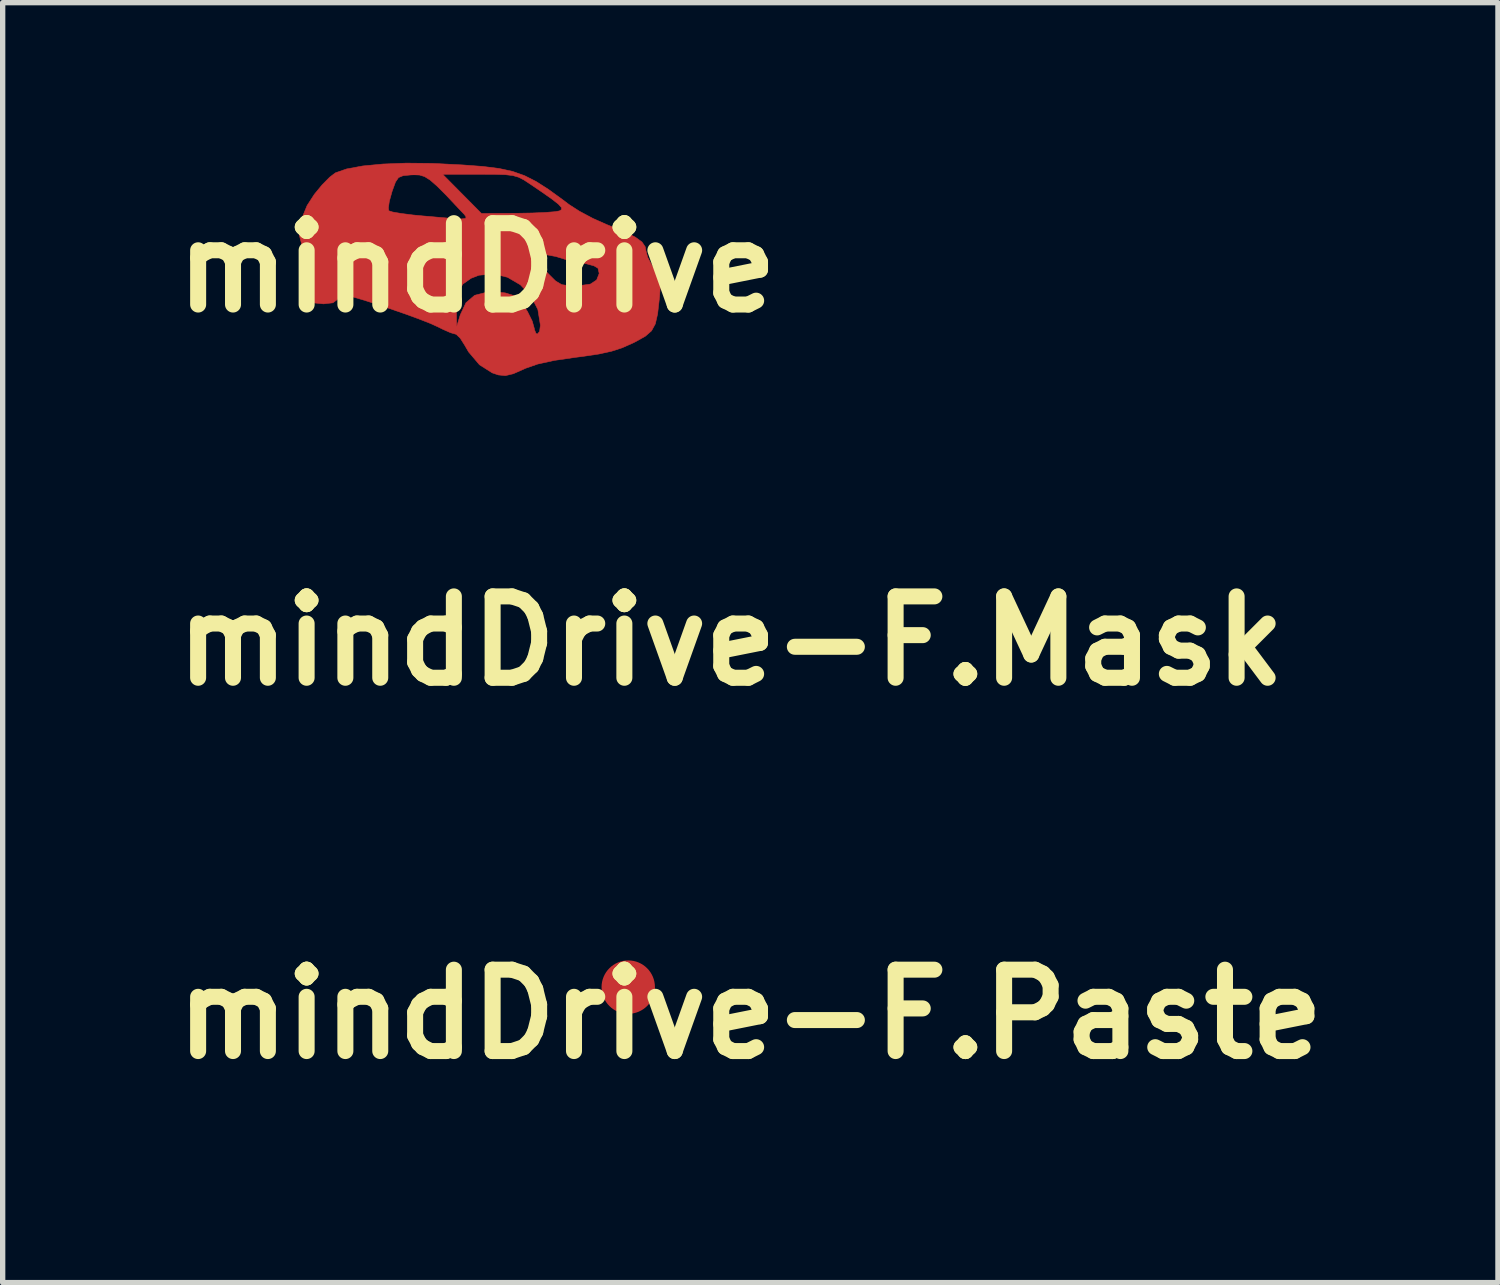
<source format=kicad_pcb>
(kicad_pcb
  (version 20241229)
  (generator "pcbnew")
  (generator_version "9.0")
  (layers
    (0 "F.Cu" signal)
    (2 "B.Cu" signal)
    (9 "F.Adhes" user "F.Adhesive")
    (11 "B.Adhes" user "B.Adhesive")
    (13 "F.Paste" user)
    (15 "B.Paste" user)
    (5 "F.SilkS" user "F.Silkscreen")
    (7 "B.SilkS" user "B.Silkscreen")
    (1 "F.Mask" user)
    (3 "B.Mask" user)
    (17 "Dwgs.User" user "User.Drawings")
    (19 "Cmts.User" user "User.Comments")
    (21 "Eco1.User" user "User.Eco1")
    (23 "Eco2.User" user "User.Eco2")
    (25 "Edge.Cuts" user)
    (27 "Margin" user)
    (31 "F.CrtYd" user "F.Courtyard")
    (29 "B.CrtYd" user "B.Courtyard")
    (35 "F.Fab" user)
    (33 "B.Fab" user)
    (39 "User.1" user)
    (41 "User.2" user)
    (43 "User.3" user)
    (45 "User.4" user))
  (footprint "mindDrive-F.Paste"
    (layer "F.Cu")
    (at 11.002 15.945)
    (property "Reference" "mindDrive-F.Paste" (at 0 0 0) (layer "F.SilkS") (effects (font (size 1.524 1.524) (thickness 0.3))))
    (attr through_hole)
    (fp_poly (pts (xy -0.851 -1.954) (xy -0.734 -1.949) (xy -0.268 -1.925) (xy 0.107 -1.897) (xy 0.41 -1.859) (xy 0.663 -1.804) (xy 0.887 -1.725) (xy 1.102 -1.616) (xy 1.33 -1.471) (xy 1.591 -1.282) (xy 1.722 -1.183) (xy 1.916 -1.058) (xy 2.167 -0.924) (xy 2.425 -0.809) (xy 2.455 -0.797) (xy 2.756 -0.675) (xy 2.962 -0.573) (xy 3.088 -0.481) (xy 3.149 -0.39) (xy 3.161 -0.318) (xy 3.194 -0.194) (xy 3.276 -0.04) (xy 3.306 0.003) (xy 3.381 0.115) (xy 3.42 0.218) (xy 3.43 0.35) (xy 3.416 0.548) (xy 3.411 0.593) (xy 3.38 0.865) (xy 3.337 1.052) (xy 3.266 1.182) (xy 3.15 1.283) (xy 2.972 1.383) (xy 2.914 1.412) (xy 2.718 1.499) (xy 2.518 1.564) (xy 2.28 1.616) (xy 1.973 1.662) (xy 1.852 1.677) (xy 1.445 1.736) (xy 1.135 1.804) (xy 0.905 1.884) (xy 0.878 1.897) (xy 0.676 1.986) (xy 0.529 2.021) (xy 0.397 2.008) (xy 0.282 1.969) (xy 0.044 1.818) (xy -0.161 1.576) (xy -0.232 1.453) (xy -0.315 1.322) (xy -0.391 1.248) (xy -0.411 1.242) (xy -0.498 1.217) (xy -0.643 1.153) (xy -0.734 1.108) (xy -0.872 1.045) (xy -1.081 0.963) (xy -1.337 0.869) (xy -1.533 0.801) (xy -0.389 0.801) (xy -0.383 1.101) (xy -0.315 0.881) (xy -0.209 0.655) (xy -0.047 0.517) (xy 0.186 0.457) (xy 0.304 0.452) (xy 0.524 0.471) (xy 0.693 0.523) (xy 0.722 0.54) (xy 0.831 0.652) (xy 0.942 0.819) (xy 1.031 0.998) (xy 1.072 1.143) (xy 1.072 1.155) (xy 1.102 1.231) (xy 1.129 1.242) (xy 1.169 1.193) (xy 1.185 1.077) (xy 1.137 0.782) (xy 1.006 0.526) (xy 0.81 0.32) (xy 0.569 0.179) (xy 0.303 0.115) (xy 0.031 0.141) (xy -0.114 0.198) (xy -0.266 0.305) (xy -0.353 0.448) (xy -0.388 0.655) (xy -0.389 0.801) (xy -1.533 0.801) (xy -1.616 0.772) (xy -1.895 0.679) (xy -2.148 0.599) (xy -2.351 0.54) (xy -2.481 0.51) (xy -2.503 0.508) (xy -2.593 0.554) (xy -2.617 0.593) (xy -2.701 0.657) (xy -2.876 0.677) (xy -3.045 0.66) (xy -3.151 0.593) (xy -3.195 0.535) (xy -3.266 0.375) (xy -3.31 0.178) (xy -3.322 -0.015) (xy -3.296 -0.161) (xy -3.281 -0.186) (xy 1.134 -0.186) (xy 1.179 -0.078) (xy 1.314 0.092) (xy 1.333 0.113) (xy 1.47 0.249) (xy 1.585 0.317) (xy 1.725 0.337) (xy 1.77 0.338) (xy 1.952 0.33) (xy 2.103 0.31) (xy 2.126 0.304) (xy 2.238 0.229) (xy 2.286 0.107) (xy 2.263 0.009) (xy 2.189 -0.035) (xy 2.045 -0.074) (xy 1.974 -0.086) (xy 1.792 -0.119) (xy 1.642 -0.158) (xy 1.609 -0.17) (xy 1.471 -0.211) (xy 1.312 -0.24) (xy 1.179 -0.239) (xy 1.134 -0.186) (xy -3.281 -0.186) (xy -3.277 -0.193) (xy -3.238 -0.287) (xy -3.276 -0.4) (xy -3.333 -0.62) (xy -3.301 -0.882) (xy -3.206 -1.113) (xy -1.663 -1.113) (xy -1.653 -1.066) (xy -1.581 -1.043) (xy -1.423 -1.016) (xy -1.203 -0.988) (xy -1.016 -0.97) (xy -0.681 -0.941) (xy -0.445 -0.921) (xy -0.296 -0.914) (xy -0.22 -0.923) (xy -0.206 -0.949) (xy -0.239 -0.997) (xy -0.306 -1.067) (xy -0.345 -1.108) (xy -0.576 -1.354) (xy -0.749 -1.527) (xy -0.879 -1.641) (xy -0.984 -1.707) (xy -1.08 -1.736) (xy -1.183 -1.741) (xy -1.24 -1.738) (xy -1.386 -1.724) (xy -1.472 -1.689) (xy -1.529 -1.605) (xy -1.588 -1.444) (xy -1.597 -1.416) (xy -1.645 -1.243) (xy -1.663 -1.113) (xy -3.206 -1.113) (xy -3.184 -1.166) (xy -3.048 -1.376) (xy -2.904 -1.551) (xy -2.762 -1.695) (xy -2.69 -1.75) (xy -0.646 -1.75) (xy 0.081 -1.016) (xy 0.76 -1.02) (xy 1.034 -1.025) (xy 1.274 -1.035) (xy 1.452 -1.049) (xy 1.541 -1.064) (xy 1.581 -1.089) (xy 1.579 -1.127) (xy 1.525 -1.188) (xy 1.407 -1.281) (xy 1.214 -1.417) (xy 0.996 -1.565) (xy 0.878 -1.643) (xy 0.777 -1.695) (xy 0.669 -1.726) (xy 0.526 -1.743) (xy 0.322 -1.749) (xy 0.038 -1.75) (xy -0.646 -1.75) (xy -2.69 -1.75) (xy -2.654 -1.777) (xy -2.445 -1.85) (xy -2.142 -1.906) (xy -1.764 -1.942) (xy -1.327 -1.959) (xy -0.851 -1.954)) (stroke (width 0.01) (type solid)) (fill yes) (layer "F.Paste"))
    (pad "1" smd circle (at -2.286 -0.508) (size 1 1) (layers "F.Cu" "F.Paste")))
  (footprint "mindDrive"
    (layer "F.Cu")
    (at 5.886 1.964)
    (property "Reference" "mindDrive" (at 0 0 0) (layer "F.SilkS") (effects (font (size 1.524 1.524) (thickness 0.3))))
    (attr through_hole)
    (fp_poly (pts (xy -0.851 -1.954) (xy -0.734 -1.949) (xy -0.268 -1.925) (xy 0.107 -1.897) (xy 0.41 -1.859) (xy 0.663 -1.804) (xy 0.887 -1.725) (xy 1.102 -1.616) (xy 1.33 -1.471) (xy 1.591 -1.282) (xy 1.722 -1.183) (xy 1.916 -1.058) (xy 2.167 -0.924) (xy 2.425 -0.809) (xy 2.455 -0.797) (xy 2.756 -0.675) (xy 2.962 -0.573) (xy 3.088 -0.481) (xy 3.149 -0.39) (xy 3.161 -0.318) (xy 3.194 -0.194) (xy 3.276 -0.04) (xy 3.306 0.003) (xy 3.381 0.115) (xy 3.42 0.218) (xy 3.43 0.35) (xy 3.416 0.548) (xy 3.411 0.593) (xy 3.38 0.865) (xy 3.337 1.052) (xy 3.266 1.182) (xy 3.15 1.283) (xy 2.972 1.383) (xy 2.914 1.412) (xy 2.718 1.499) (xy 2.518 1.564) (xy 2.28 1.616) (xy 1.973 1.662) (xy 1.852 1.677) (xy 1.445 1.736) (xy 1.135 1.804) (xy 0.905 1.884) (xy 0.878 1.897) (xy 0.676 1.986) (xy 0.529 2.021) (xy 0.397 2.008) (xy 0.282 1.969) (xy 0.044 1.818) (xy -0.161 1.576) (xy -0.232 1.453) (xy -0.315 1.322) (xy -0.391 1.248) (xy -0.411 1.242) (xy -0.498 1.217) (xy -0.643 1.153) (xy -0.734 1.108) (xy -0.872 1.045) (xy -1.081 0.963) (xy -1.337 0.869) (xy -1.533 0.801) (xy -0.389 0.801) (xy -0.383 1.101) (xy -0.315 0.881) (xy -0.209 0.655) (xy -0.047 0.517) (xy 0.186 0.457) (xy 0.304 0.452) (xy 0.524 0.471) (xy 0.693 0.523) (xy 0.722 0.54) (xy 0.831 0.652) (xy 0.942 0.819) (xy 1.031 0.998) (xy 1.072 1.143) (xy 1.072 1.155) (xy 1.102 1.231) (xy 1.129 1.242) (xy 1.169 1.193) (xy 1.185 1.077) (xy 1.137 0.782) (xy 1.006 0.526) (xy 0.81 0.32) (xy 0.569 0.179) (xy 0.303 0.115) (xy 0.031 0.141) (xy -0.114 0.198) (xy -0.266 0.305) (xy -0.353 0.448) (xy -0.388 0.655) (xy -0.389 0.801) (xy -1.533 0.801) (xy -1.616 0.772) (xy -1.895 0.679) (xy -2.148 0.599) (xy -2.351 0.54) (xy -2.481 0.51) (xy -2.503 0.508) (xy -2.593 0.554) (xy -2.617 0.593) (xy -2.701 0.657) (xy -2.876 0.677) (xy -3.045 0.66) (xy -3.151 0.593) (xy -3.195 0.535) (xy -3.266 0.375) (xy -3.31 0.178) (xy -3.322 -0.015) (xy -3.296 -0.161) (xy -3.281 -0.186) (xy 1.134 -0.186) (xy 1.179 -0.078) (xy 1.314 0.092) (xy 1.333 0.113) (xy 1.47 0.249) (xy 1.585 0.317) (xy 1.725 0.337) (xy 1.77 0.338) (xy 1.952 0.33) (xy 2.103 0.31) (xy 2.126 0.304) (xy 2.238 0.229) (xy 2.286 0.107) (xy 2.263 0.009) (xy 2.189 -0.035) (xy 2.045 -0.074) (xy 1.974 -0.086) (xy 1.792 -0.119) (xy 1.642 -0.158) (xy 1.609 -0.17) (xy 1.471 -0.211) (xy 1.312 -0.24) (xy 1.179 -0.239) (xy 1.134 -0.186) (xy -3.281 -0.186) (xy -3.277 -0.193) (xy -3.238 -0.287) (xy -3.276 -0.4) (xy -3.333 -0.62) (xy -3.301 -0.882) (xy -3.206 -1.113) (xy -1.663 -1.113) (xy -1.653 -1.066) (xy -1.581 -1.043) (xy -1.423 -1.016) (xy -1.203 -0.988) (xy -1.016 -0.97) (xy -0.681 -0.941) (xy -0.445 -0.921) (xy -0.296 -0.914) (xy -0.22 -0.923) (xy -0.206 -0.949) (xy -0.239 -0.997) (xy -0.306 -1.067) (xy -0.345 -1.108) (xy -0.576 -1.354) (xy -0.749 -1.527) (xy -0.879 -1.641) (xy -0.984 -1.707) (xy -1.08 -1.736) (xy -1.183 -1.741) (xy -1.24 -1.738) (xy -1.386 -1.724) (xy -1.472 -1.689) (xy -1.529 -1.605) (xy -1.588 -1.444) (xy -1.597 -1.416) (xy -1.645 -1.243) (xy -1.663 -1.113) (xy -3.206 -1.113) (xy -3.184 -1.166) (xy -3.048 -1.376) (xy -2.904 -1.551) (xy -2.762 -1.695) (xy -2.69 -1.75) (xy -0.646 -1.75) (xy 0.081 -1.016) (xy 0.76 -1.02) (xy 1.034 -1.025) (xy 1.274 -1.035) (xy 1.452 -1.049) (xy 1.541 -1.064) (xy 1.581 -1.089) (xy 1.579 -1.127) (xy 1.525 -1.188) (xy 1.407 -1.281) (xy 1.214 -1.417) (xy 0.996 -1.565) (xy 0.878 -1.643) (xy 0.777 -1.695) (xy 0.669 -1.726) (xy 0.526 -1.743) (xy 0.322 -1.749) (xy 0.038 -1.75) (xy -0.646 -1.75) (xy -2.69 -1.75) (xy -2.654 -1.777) (xy -2.445 -1.85) (xy -2.142 -1.906) (xy -1.764 -1.942) (xy -1.327 -1.959) (xy -0.851 -1.954)) (stroke (width 0.01) (type solid)) (fill yes) (layer "F.Cu")))
  (footprint "mindDrive-F.Mask"
    (layer "F.Cu")
    (at 10.639 8.954)
    (property "Reference" "mindDrive-F.Mask" (at 0 0 0) (layer "F.SilkS") (effects (font (size 1.524 1.524) (thickness 0.3))))
    (attr through_hole)
    (fp_poly (pts (xy -0.851 -1.954) (xy -0.734 -1.949) (xy -0.268 -1.925) (xy 0.107 -1.897) (xy 0.41 -1.859) (xy 0.663 -1.804) (xy 0.887 -1.725) (xy 1.102 -1.616) (xy 1.33 -1.471) (xy 1.591 -1.282) (xy 1.722 -1.183) (xy 1.916 -1.058) (xy 2.167 -0.924) (xy 2.425 -0.809) (xy 2.455 -0.797) (xy 2.756 -0.675) (xy 2.962 -0.573) (xy 3.088 -0.481) (xy 3.149 -0.39) (xy 3.161 -0.318) (xy 3.194 -0.194) (xy 3.276 -0.04) (xy 3.306 0.003) (xy 3.381 0.115) (xy 3.42 0.218) (xy 3.43 0.35) (xy 3.416 0.548) (xy 3.411 0.593) (xy 3.38 0.865) (xy 3.337 1.052) (xy 3.266 1.182) (xy 3.15 1.283) (xy 2.972 1.383) (xy 2.914 1.412) (xy 2.718 1.499) (xy 2.518 1.564) (xy 2.28 1.616) (xy 1.973 1.662) (xy 1.852 1.677) (xy 1.445 1.736) (xy 1.135 1.804) (xy 0.905 1.884) (xy 0.878 1.897) (xy 0.676 1.986) (xy 0.529 2.021) (xy 0.397 2.008) (xy 0.282 1.969) (xy 0.044 1.818) (xy -0.161 1.576) (xy -0.232 1.453) (xy -0.315 1.322) (xy -0.391 1.248) (xy -0.411 1.242) (xy -0.498 1.217) (xy -0.643 1.153) (xy -0.734 1.108) (xy -0.872 1.045) (xy -1.081 0.963) (xy -1.337 0.869) (xy -1.533 0.801) (xy -0.389 0.801) (xy -0.383 1.101) (xy -0.315 0.881) (xy -0.209 0.655) (xy -0.047 0.517) (xy 0.186 0.457) (xy 0.304 0.452) (xy 0.524 0.471) (xy 0.693 0.523) (xy 0.722 0.54) (xy 0.831 0.652) (xy 0.942 0.819) (xy 1.031 0.998) (xy 1.072 1.143) (xy 1.072 1.155) (xy 1.102 1.231) (xy 1.129 1.242) (xy 1.169 1.193) (xy 1.185 1.077) (xy 1.137 0.782) (xy 1.006 0.526) (xy 0.81 0.32) (xy 0.569 0.179) (xy 0.303 0.115) (xy 0.031 0.141) (xy -0.114 0.198) (xy -0.266 0.305) (xy -0.353 0.448) (xy -0.388 0.655) (xy -0.389 0.801) (xy -1.533 0.801) (xy -1.616 0.772) (xy -1.895 0.679) (xy -2.148 0.599) (xy -2.351 0.54) (xy -2.481 0.51) (xy -2.503 0.508) (xy -2.593 0.554) (xy -2.617 0.593) (xy -2.701 0.657) (xy -2.876 0.677) (xy -3.045 0.66) (xy -3.151 0.593) (xy -3.195 0.535) (xy -3.266 0.375) (xy -3.31 0.178) (xy -3.322 -0.015) (xy -3.296 -0.161) (xy -3.281 -0.186) (xy 1.134 -0.186) (xy 1.179 -0.078) (xy 1.314 0.092) (xy 1.333 0.113) (xy 1.47 0.249) (xy 1.585 0.317) (xy 1.725 0.337) (xy 1.77 0.338) (xy 1.952 0.33) (xy 2.103 0.31) (xy 2.126 0.304) (xy 2.238 0.229) (xy 2.286 0.107) (xy 2.263 0.009) (xy 2.189 -0.035) (xy 2.045 -0.074) (xy 1.974 -0.086) (xy 1.792 -0.119) (xy 1.642 -0.158) (xy 1.609 -0.17) (xy 1.471 -0.211) (xy 1.312 -0.24) (xy 1.179 -0.239) (xy 1.134 -0.186) (xy -3.281 -0.186) (xy -3.277 -0.193) (xy -3.238 -0.287) (xy -3.276 -0.4) (xy -3.333 -0.62) (xy -3.301 -0.882) (xy -3.206 -1.113) (xy -1.663 -1.113) (xy -1.653 -1.066) (xy -1.581 -1.043) (xy -1.423 -1.016) (xy -1.203 -0.988) (xy -1.016 -0.97) (xy -0.681 -0.941) (xy -0.445 -0.921) (xy -0.296 -0.914) (xy -0.22 -0.923) (xy -0.206 -0.949) (xy -0.239 -0.997) (xy -0.306 -1.067) (xy -0.345 -1.108) (xy -0.576 -1.354) (xy -0.749 -1.527) (xy -0.879 -1.641) (xy -0.984 -1.707) (xy -1.08 -1.736) (xy -1.183 -1.741) (xy -1.24 -1.738) (xy -1.386 -1.724) (xy -1.472 -1.689) (xy -1.529 -1.605) (xy -1.588 -1.444) (xy -1.597 -1.416) (xy -1.645 -1.243) (xy -1.663 -1.113) (xy -3.206 -1.113) (xy -3.184 -1.166) (xy -3.048 -1.376) (xy -2.904 -1.551) (xy -2.762 -1.695) (xy -2.69 -1.75) (xy -0.646 -1.75) (xy 0.081 -1.016) (xy 0.76 -1.02) (xy 1.034 -1.025) (xy 1.274 -1.035) (xy 1.452 -1.049) (xy 1.541 -1.064) (xy 1.581 -1.089) (xy 1.579 -1.127) (xy 1.525 -1.188) (xy 1.407 -1.281) (xy 1.214 -1.417) (xy 0.996 -1.565) (xy 0.878 -1.643) (xy 0.777 -1.695) (xy 0.669 -1.726) (xy 0.526 -1.743) (xy 0.322 -1.749) (xy 0.038 -1.75) (xy -0.646 -1.75) (xy -2.69 -1.75) (xy -2.654 -1.777) (xy -2.445 -1.85) (xy -2.142 -1.906) (xy -1.764 -1.942) (xy -1.327 -1.959) (xy -0.851 -1.954)) (stroke (width 0.01) (type solid)) (fill yes) (layer "F.Mask")))
  (gr_rect
    (start -3 -3)
    (end 25.004 20.971)
    (stroke (width 0.1) (type default))
    (fill no)
    (layer "Edge.Cuts")))
</source>
